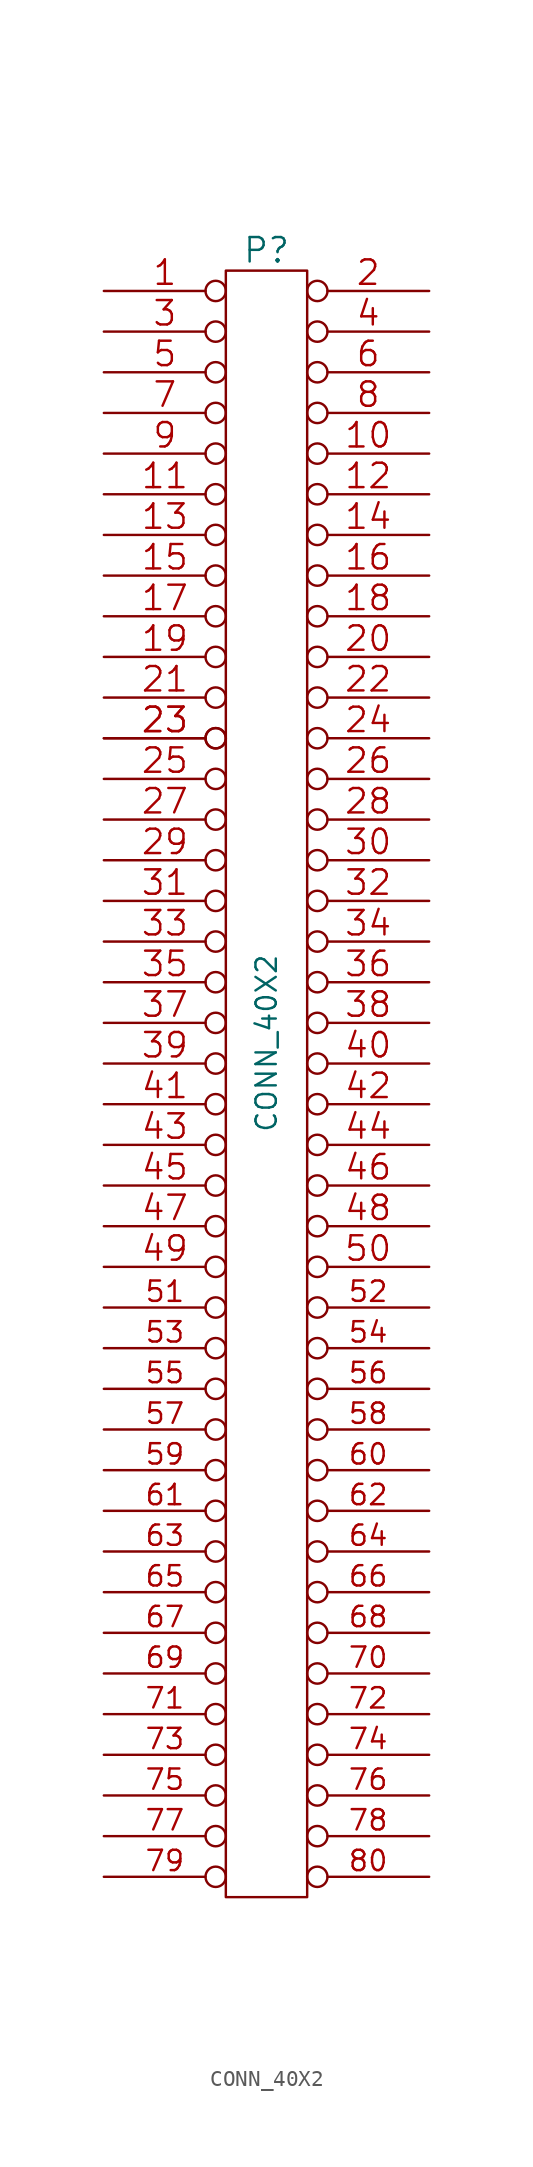
<source format=kicad_sym>
(kicad_symbol_lib
  (version 20211014)
  (generator kicad_symbol_editor)
  (symbol "CONN_40X2"
    (pin_names
      (offset 0.254) hide)
    (property "Reference" "P"
      (at 0 49.53 0)
      (effects (font (size 1.524 1.524))))
    (property "Value" "CONN_40X2"
      (at 0 0 90)
      (effects (font (size 1.27 1.27))))
    (property "Footprint" ""
      (at 0 10.16 0)
      (effects (font (size 1.524 1.524))))
    (property "Datasheet" ""
      (at 0 10.16 0)
      (effects (font (size 1.524 1.524))))
    (symbol "CONN_40X2_0_1"
      (rectangle (start 2.54 -53.34) (end -2.54 48.26) (stroke (width 0) (type default) (color 0 0 0 0)) (fill (type none))))
    (symbol "CONN_40X2_1_1"
      (pin passive inverted (at -10.16 46.99 0) (length 7.62) (name "P1" (effects (font (size 0.762 0.762)))) (number "1" (effects (font (size 1.524 1.524)))))
      (pin passive inverted (at 10.16 36.83 180) (length 7.62) (name "P10" (effects (font (size 0.762 0.762)))) (number "10" (effects (font (size 1.524 1.524)))))
      (pin passive inverted (at -10.16 34.29 0) (length 7.62) (name "P11" (effects (font (size 0.762 0.762)))) (number "11" (effects (font (size 1.524 1.524)))))
      (pin passive inverted (at 10.16 34.29 180) (length 7.62) (name "P12" (effects (font (size 0.762 0.762)))) (number "12" (effects (font (size 1.524 1.524)))))
      (pin passive inverted (at -10.16 31.75 0) (length 7.62) (name "P13" (effects (font (size 0.762 0.762)))) (number "13" (effects (font (size 1.524 1.524)))))
      (pin passive inverted (at 10.16 31.75 180) (length 7.62) (name "P14" (effects (font (size 0.762 0.762)))) (number "14" (effects (font (size 1.524 1.524)))))
      (pin passive inverted (at -10.16 29.21 0) (length 7.62) (name "P15" (effects (font (size 0.762 0.762)))) (number "15" (effects (font (size 1.524 1.524)))))
      (pin passive inverted (at 10.16 29.21 180) (length 7.62) (name "P16" (effects (font (size 0.762 0.762)))) (number "16" (effects (font (size 1.524 1.524)))))
      (pin passive inverted (at -10.16 26.67 0) (length 7.62) (name "P17" (effects (font (size 0.762 0.762)))) (number "17" (effects (font (size 1.524 1.524)))))
      (pin passive inverted (at 10.16 26.67 180) (length 7.62) (name "P18" (effects (font (size 0.762 0.762)))) (number "18" (effects (font (size 1.524 1.524)))))
      (pin passive inverted (at -10.16 24.13 0) (length 7.62) (name "P19" (effects (font (size 0.762 0.762)))) (number "19" (effects (font (size 1.524 1.524)))))
      (pin passive inverted (at 10.16 46.99 180) (length 7.62) (name "P2" (effects (font (size 0.762 0.762)))) (number "2" (effects (font (size 1.524 1.524)))))
      (pin passive inverted (at 10.16 24.13 180) (length 7.62) (name "P20" (effects (font (size 0.762 0.762)))) (number "20" (effects (font (size 1.524 1.524)))))
      (pin passive inverted (at -10.16 21.59 0) (length 7.62) (name "P21" (effects (font (size 0.762 0.762)))) (number "21" (effects (font (size 1.524 1.524)))))
      (pin passive inverted (at 10.16 21.59 180) (length 7.62) (name "P22" (effects (font (size 0.762 0.762)))) (number "22" (effects (font (size 1.524 1.524)))))
      (pin passive inverted (at -10.16 19.05 0) (length 7.62) (name "P23" (effects (font (size 0.762 0.762)))) (number "23" (effects (font (size 1.524 1.524)))))
      (pin passive inverted (at -10.16 19.05 0) (length 7.62) (name "P23" (effects (font (size 0.762 0.762)))) (number "23" (effects (font (size 1.524 1.524)))))
      (pin passive inverted (at 10.16 19.05 180) (length 7.62) (name "P24" (effects (font (size 0.762 0.762)))) (number "24" (effects (font (size 1.524 1.524)))))
      (pin passive inverted (at -10.16 16.51 0) (length 7.62) (name "~" (effects (font (size 0.762 0.762)))) (number "25" (effects (font (size 1.524 1.524)))))
      (pin passive inverted (at 10.16 16.51 180) (length 7.62) (name "P26" (effects (font (size 0.762 0.762)))) (number "26" (effects (font (size 1.524 1.524)))))
      (pin passive inverted (at -10.16 13.97 0) (length 7.62) (name "P27" (effects (font (size 0.762 0.762)))) (number "27" (effects (font (size 1.524 1.524)))))
      (pin passive inverted (at 10.16 13.97 180) (length 7.62) (name "P28" (effects (font (size 0.762 0.762)))) (number "28" (effects (font (size 1.524 1.524)))))
      (pin passive inverted (at -10.16 11.43 0) (length 7.62) (name "P29" (effects (font (size 0.762 0.762)))) (number "29" (effects (font (size 1.524 1.524)))))
      (pin passive inverted (at -10.16 44.45 0) (length 7.62) (name "P3" (effects (font (size 0.762 0.762)))) (number "3" (effects (font (size 1.524 1.524)))))
      (pin passive inverted (at 10.16 11.43 180) (length 7.62) (name "P30" (effects (font (size 0.762 0.762)))) (number "30" (effects (font (size 1.524 1.524)))))
      (pin passive inverted (at -10.16 8.89 0) (length 7.62) (name "P31" (effects (font (size 0.762 0.762)))) (number "31" (effects (font (size 1.524 1.524)))))
      (pin passive inverted (at 10.16 8.89 180) (length 7.62) (name "P32" (effects (font (size 0.762 0.762)))) (number "32" (effects (font (size 1.524 1.524)))))
      (pin passive inverted (at -10.16 6.35 0) (length 7.62) (name "P33" (effects (font (size 0.762 0.762)))) (number "33" (effects (font (size 1.524 1.524)))))
      (pin passive inverted (at 10.16 6.35 180) (length 7.62) (name "P34" (effects (font (size 0.762 0.762)))) (number "34" (effects (font (size 1.524 1.524)))))
      (pin passive inverted (at -10.16 3.81 0) (length 7.62) (name "P35" (effects (font (size 0.762 0.762)))) (number "35" (effects (font (size 1.524 1.524)))))
      (pin passive inverted (at 10.16 3.81 180) (length 7.62) (name "P36" (effects (font (size 0.762 0.762)))) (number "36" (effects (font (size 1.524 1.524)))))
      (pin passive inverted (at -10.16 1.27 0) (length 7.62) (name "P37" (effects (font (size 0.762 0.762)))) (number "37" (effects (font (size 1.524 1.524)))))
      (pin passive inverted (at 10.16 1.27 180) (length 7.62) (name "P38" (effects (font (size 0.762 0.762)))) (number "38" (effects (font (size 1.524 1.524)))))
      (pin passive inverted (at -10.16 -1.27 0) (length 7.62) (name "P39" (effects (font (size 0.762 0.762)))) (number "39" (effects (font (size 1.524 1.524)))))
      (pin passive inverted (at 10.16 44.45 180) (length 7.62) (name "P4" (effects (font (size 0.762 0.762)))) (number "4" (effects (font (size 1.524 1.524)))))
      (pin passive inverted (at 10.16 -1.27 180) (length 7.62) (name "P40" (effects (font (size 0.762 0.762)))) (number "40" (effects (font (size 1.524 1.524)))))
      (pin passive inverted (at -10.16 -3.81 0) (length 7.62) (name "P41" (effects (font (size 0.762 0.762)))) (number "41" (effects (font (size 1.524 1.524)))))
      (pin passive inverted (at 10.16 -3.81 180) (length 7.62) (name "P42" (effects (font (size 0.762 0.762)))) (number "42" (effects (font (size 1.524 1.524)))))
      (pin passive inverted (at -10.16 -6.35 0) (length 7.62) (name "P43" (effects (font (size 0.762 0.762)))) (number "43" (effects (font (size 1.524 1.524)))))
      (pin passive inverted (at 10.16 -6.35 180) (length 7.62) (name "P44" (effects (font (size 0.762 0.762)))) (number "44" (effects (font (size 1.524 1.524)))))
      (pin passive inverted (at -10.16 -8.89 0) (length 7.62) (name "P45" (effects (font (size 0.762 0.762)))) (number "45" (effects (font (size 1.524 1.524)))))
      (pin passive inverted (at 10.16 -8.89 180) (length 7.62) (name "P46" (effects (font (size 0.762 0.762)))) (number "46" (effects (font (size 1.524 1.524)))))
      (pin passive inverted (at -10.16 -11.43 0) (length 7.62) (name "P47" (effects (font (size 0.762 0.762)))) (number "47" (effects (font (size 1.524 1.524)))))
      (pin passive inverted (at 10.16 -11.43 180) (length 7.62) (name "P48" (effects (font (size 0.762 0.762)))) (number "48" (effects (font (size 1.524 1.524)))))
      (pin passive inverted (at -10.16 -13.97 0) (length 7.62) (name "P49" (effects (font (size 0.762 0.762)))) (number "49" (effects (font (size 1.524 1.524)))))
      (pin passive inverted (at -10.16 41.91 0) (length 7.62) (name "P5" (effects (font (size 0.762 0.762)))) (number "5" (effects (font (size 1.524 1.524)))))
      (pin passive inverted (at 10.16 -13.97 180) (length 7.62) (name "P50" (effects (font (size 0.762 0.762)))) (number "50" (effects (font (size 1.524 1.524)))))
      (pin passive inverted (at -10.16 -16.51 0) (length 7.62) (name "P51" (effects (font (size 1.27 1.27)))) (number "51" (effects (font (size 1.27 1.27)))))
      (pin passive inverted (at 10.16 -16.51 180) (length 7.62) (name "P52" (effects (font (size 1.27 1.27)))) (number "52" (effects (font (size 1.27 1.27)))))
      (pin passive inverted (at -10.16 -19.05 0) (length 7.62) (name "P53" (effects (font (size 1.27 1.27)))) (number "53" (effects (font (size 1.27 1.27)))))
      (pin passive inverted (at 10.16 -19.05 180) (length 7.62) (name "P54" (effects (font (size 1.27 1.27)))) (number "54" (effects (font (size 1.27 1.27)))))
      (pin passive inverted (at -10.16 -21.59 0) (length 7.62) (name "P55" (effects (font (size 1.27 1.27)))) (number "55" (effects (font (size 1.27 1.27)))))
      (pin passive inverted (at 10.16 -21.59 180) (length 7.62) (name "P56" (effects (font (size 1.27 1.27)))) (number "56" (effects (font (size 1.27 1.27)))))
      (pin passive inverted (at -10.16 -24.13 0) (length 7.62) (name "P57" (effects (font (size 1.27 1.27)))) (number "57" (effects (font (size 1.27 1.27)))))
      (pin passive inverted (at 10.16 -24.13 180) (length 7.62) (name "P58" (effects (font (size 1.27 1.27)))) (number "58" (effects (font (size 1.27 1.27)))))
      (pin passive inverted (at -10.16 -26.67 0) (length 7.62) (name "P59" (effects (font (size 1.27 1.27)))) (number "59" (effects (font (size 1.27 1.27)))))
      (pin passive inverted (at 10.16 41.91 180) (length 7.62) (name "P6" (effects (font (size 0.762 0.762)))) (number "6" (effects (font (size 1.524 1.524)))))
      (pin passive inverted (at 10.16 -26.67 180) (length 7.62) (name "P60" (effects (font (size 1.27 1.27)))) (number "60" (effects (font (size 1.27 1.27)))))
      (pin passive inverted (at -10.16 -29.21 0) (length 7.62) (name "P61" (effects (font (size 0.762 0.762)))) (number "61" (effects (font (size 1.27 1.27)))))
      (pin passive inverted (at 10.16 -29.21 180) (length 7.62) (name "P62" (effects (font (size 1.27 1.27)))) (number "62" (effects (font (size 1.27 1.27)))))
      (pin passive inverted (at -10.16 -31.75 0) (length 7.62) (name "P63" (effects (font (size 0.762 0.762)))) (number "63" (effects (font (size 1.27 1.27)))))
      (pin passive inverted (at 10.16 -31.75 180) (length 7.62) (name "P64" (effects (font (size 1.27 1.27)))) (number "64" (effects (font (size 1.27 1.27)))))
      (pin passive inverted (at -10.16 -34.29 0) (length 7.62) (name "P65" (effects (font (size 0.762 0.762)))) (number "65" (effects (font (size 1.27 1.27)))))
      (pin passive inverted (at 10.16 -34.29 180) (length 7.62) (name "P66" (effects (font (size 1.27 1.27)))) (number "66" (effects (font (size 1.27 1.27)))))
      (pin passive inverted (at -10.16 -36.83 0) (length 7.62) (name "P67" (effects (font (size 0.762 0.762)))) (number "67" (effects (font (size 1.27 1.27)))))
      (pin passive inverted (at 10.16 -36.83 180) (length 7.62) (name "P68" (effects (font (size 1.27 1.27)))) (number "68" (effects (font (size 1.27 1.27)))))
      (pin passive inverted (at -10.16 -39.37 0) (length 7.62) (name "P69" (effects (font (size 0.762 0.762)))) (number "69" (effects (font (size 1.27 1.27)))))
      (pin passive inverted (at -10.16 39.37 0) (length 7.62) (name "P7" (effects (font (size 0.762 0.762)))) (number "7" (effects (font (size 1.524 1.524)))))
      (pin passive inverted (at 10.16 -39.37 180) (length 7.62) (name "P70" (effects (font (size 1.27 1.27)))) (number "70" (effects (font (size 1.27 1.27)))))
      (pin passive inverted (at -10.16 -41.91 0) (length 7.62) (name "P71" (effects (font (size 0.762 0.762)))) (number "71" (effects (font (size 1.27 1.27)))))
      (pin passive inverted (at 10.16 -41.91 180) (length 7.62) (name "P72" (effects (font (size 1.27 1.27)))) (number "72" (effects (font (size 1.27 1.27)))))
      (pin passive inverted (at -10.16 -44.45 0) (length 7.62) (name "P73" (effects (font (size 1.27 1.27)))) (number "73" (effects (font (size 1.27 1.27)))))
      (pin passive inverted (at 10.16 -44.45 180) (length 7.62) (name "P74" (effects (font (size 1.27 1.27)))) (number "74" (effects (font (size 1.27 1.27)))))
      (pin passive inverted (at -10.16 -46.99 0) (length 7.62) (name "P75" (effects (font (size 1.27 1.27)))) (number "75" (effects (font (size 1.27 1.27)))))
      (pin passive inverted (at 10.16 -46.99 180) (length 7.62) (name "P76" (effects (font (size 1.27 1.27)))) (number "76" (effects (font (size 1.27 1.27)))))
      (pin passive inverted (at -10.16 -49.53 0) (length 7.62) (name "P77" (effects (font (size 1.27 1.27)))) (number "77" (effects (font (size 1.27 1.27)))))
      (pin passive inverted (at 10.16 -49.53 180) (length 7.62) (name "P78" (effects (font (size 1.27 1.27)))) (number "78" (effects (font (size 1.27 1.27)))))
      (pin passive inverted (at -10.16 -52.07 0) (length 7.62) (name "P79" (effects (font (size 1.27 1.27)))) (number "79" (effects (font (size 1.27 1.27)))))
      (pin passive inverted (at 10.16 39.37 180) (length 7.62) (name "P8" (effects (font (size 0.762 0.762)))) (number "8" (effects (font (size 1.524 1.524)))))
      (pin passive inverted (at 10.16 -52.07 180) (length 7.62) (name "P80" (effects (font (size 1.27 1.27)))) (number "80" (effects (font (size 1.27 1.27)))))
      (pin passive inverted (at -10.16 36.83 0) (length 7.62) (name "P9" (effects (font (size 0.762 0.762)))) (number "9" (effects (font (size 1.524 1.524))))))))
</source>
